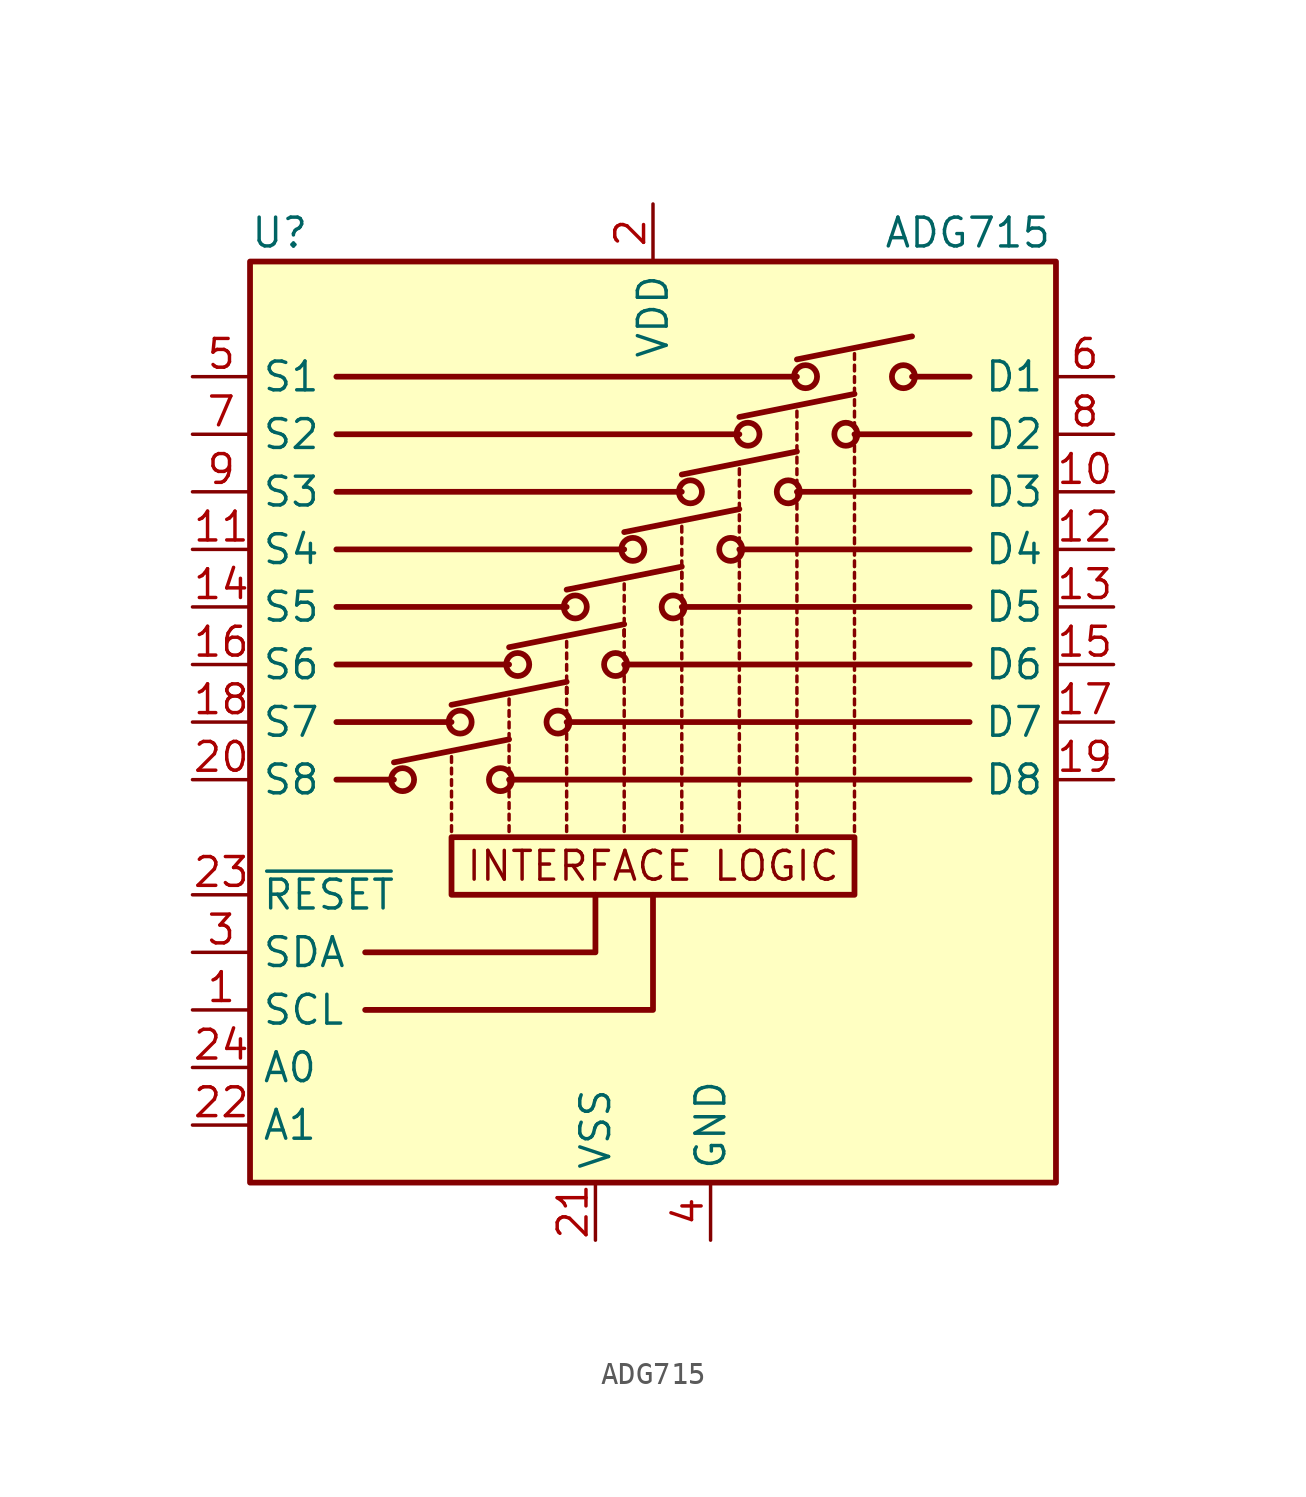
<source format=kicad_sym>
(kicad_symbol_lib
  (version 20201005)
  (generator kicad_symbol_editor)
  (symbol "ADG715"
    (property "Reference" "U"
      (at -17.78 24.13 0)
      (effects (font (size 1.27 1.27)) (justify left)))
    (property "Value" "ADG715"
      (at 10.16 24.13 0)
      (effects (font (size 1.27 1.27)) (justify left)))
    (symbol "ADG715_0_0"
      (text "INTERFACE LOGIC" (at 0 -3.81 0) (effects (font (size 1.27 1.27))))
      (polyline (pts (xy -12.7 -7.62) (xy -2.54 -7.62) (xy -2.54 -5.08)) (stroke (width 0.254)) (fill (type none)))
      (polyline (pts (xy -12.7 -10.16) (xy 0 -10.16) (xy 0 -7.62) (xy 0 -5.08)) (stroke (width 0.254)) (fill (type none))))
    (symbol "ADG715_0_1"
      (rectangle (start -8.89 -2.54) (end 8.89 -5.08) (stroke (width 0.254)) (fill (type none)))
      (rectangle (start -17.78 -17.78) (end 17.78 22.86) (stroke (width 0.254)) (fill (type background)))
      (polyline (pts (xy -11.43 0) (xy -13.97 0)) (stroke (width 0.254)) (fill (type none)))
      (polyline (pts (xy -8.89 2.54) (xy -13.97 2.54)) (stroke (width 0.254)) (fill (type none)))
      (polyline (pts (xy -6.35 0) (xy 13.97 0)) (stroke (width 0.254)) (fill (type none)))
      (polyline (pts (xy -6.35 5.08) (xy -13.97 5.08)) (stroke (width 0.254)) (fill (type none)))
      (polyline (pts (xy -3.81 2.54) (xy 13.97 2.54)) (stroke (width 0.254)) (fill (type none)))
      (polyline (pts (xy -3.81 7.62) (xy -13.97 7.62)) (stroke (width 0.254)) (fill (type none)))
      (polyline (pts (xy -1.27 5.08) (xy 13.97 5.08)) (stroke (width 0.254)) (fill (type none)))
      (polyline (pts (xy -1.27 10.16) (xy -13.97 10.16)) (stroke (width 0.254)) (fill (type none)))
      (polyline (pts (xy 1.27 7.62) (xy 13.97 7.62)) (stroke (width 0.254)) (fill (type none)))
      (polyline (pts (xy 1.27 12.7) (xy -13.97 12.7)) (stroke (width 0.254)) (fill (type none)))
      (polyline (pts (xy 3.81 10.16) (xy 13.97 10.16)) (stroke (width 0.254)) (fill (type none)))
      (polyline (pts (xy 3.81 15.24) (xy -13.97 15.24)) (stroke (width 0.254)) (fill (type none)))
      (polyline (pts (xy 6.35 12.7) (xy 13.97 12.7)) (stroke (width 0.254)) (fill (type none)))
      (polyline (pts (xy 6.35 17.78) (xy -13.97 17.78)) (stroke (width 0.254)) (fill (type none)))
      (polyline (pts (xy 8.89 15.24) (xy 13.97 15.24)) (stroke (width 0.254)) (fill (type none)))
      (polyline (pts (xy 11.43 17.78) (xy 13.97 17.78)) (stroke (width 0.254)) (fill (type none))))
    (symbol "ADG715_1_1"
      (circle (center -11.049 0) (radius 0.508) (stroke (width 0.254)) (fill (type none)))
      (circle (center -8.509 2.54) (radius 0.508) (stroke (width 0.254)) (fill (type none)))
      (circle (center -6.731 0) (radius 0.508) (stroke (width 0.254)) (fill (type none)))
      (circle (center -5.969 5.08) (radius 0.508) (stroke (width 0.254)) (fill (type none)))
      (circle (center -4.191 2.54) (radius 0.508) (stroke (width 0.254)) (fill (type none)))
      (circle (center -3.429 7.62) (radius 0.508) (stroke (width 0.254)) (fill (type none)))
      (circle (center -1.651 5.08) (radius 0.508) (stroke (width 0.254)) (fill (type none)))
      (circle (center -0.889 10.16) (radius 0.508) (stroke (width 0.254)) (fill (type none)))
      (circle (center 0.889 7.62) (radius 0.508) (stroke (width 0.254)) (fill (type none)))
      (circle (center 1.651 12.7) (radius 0.508) (stroke (width 0.254)) (fill (type none)))
      (circle (center 3.429 10.16) (radius 0.508) (stroke (width 0.254)) (fill (type none)))
      (circle (center 4.191 15.24) (radius 0.508) (stroke (width 0.254)) (fill (type none)))
      (circle (center 5.969 12.7) (radius 0.508) (stroke (width 0.254)) (fill (type none)))
      (circle (center 6.731 17.78) (radius 0.508) (stroke (width 0.254)) (fill (type none)))
      (circle (center 8.509 15.24) (radius 0.508) (stroke (width 0.254)) (fill (type none)))
      (circle (center 11.049 17.78) (radius 0.508) (stroke (width 0.254)) (fill (type none)))
      (polyline (pts (xy -11.43 0.762) (xy -6.35 1.778)) (stroke (width 0.254)) (fill (type none)))
      (polyline (pts (xy -8.89 -2.286) (xy -8.89 -2.032)) (stroke (width 0)) (fill (type none)))
      (polyline (pts (xy -8.89 -1.778) (xy -8.89 -1.524)) (stroke (width 0)) (fill (type none)))
      (polyline (pts (xy -8.89 -1.27) (xy -8.89 -1.016)) (stroke (width 0)) (fill (type none)))
      (polyline (pts (xy -8.89 -0.762) (xy -8.89 -0.508)) (stroke (width 0)) (fill (type none)))
      (polyline (pts (xy -8.89 -0.254) (xy -8.89 0)) (stroke (width 0)) (fill (type none)))
      (polyline (pts (xy -8.89 0.254) (xy -8.89 0.508)) (stroke (width 0)) (fill (type none)))
      (polyline (pts (xy -8.89 0.762) (xy -8.89 1.016)) (stroke (width 0)) (fill (type none)))
      (polyline (pts (xy -8.89 3.302) (xy -3.81 4.318)) (stroke (width 0.254)) (fill (type none)))
      (polyline (pts (xy -6.35 -2.286) (xy -6.35 -2.032)) (stroke (width 0)) (fill (type none)))
      (polyline (pts (xy -6.35 -1.778) (xy -6.35 -1.524)) (stroke (width 0)) (fill (type none)))
      (polyline (pts (xy -6.35 -1.27) (xy -6.35 -1.016)) (stroke (width 0)) (fill (type none)))
      (polyline (pts (xy -6.35 -0.762) (xy -6.35 -0.508)) (stroke (width 0)) (fill (type none)))
      (polyline (pts (xy -6.35 -0.254) (xy -6.35 0)) (stroke (width 0)) (fill (type none)))
      (polyline (pts (xy -6.35 0.254) (xy -6.35 0.508)) (stroke (width 0)) (fill (type none)))
      (polyline (pts (xy -6.35 0.762) (xy -6.35 1.016)) (stroke (width 0)) (fill (type none)))
      (polyline (pts (xy -6.35 1.27) (xy -6.35 1.524)) (stroke (width 0)) (fill (type none)))
      (polyline (pts (xy -6.35 1.778) (xy -6.35 2.032)) (stroke (width 0)) (fill (type none)))
      (polyline (pts (xy -6.35 2.286) (xy -6.35 2.54)) (stroke (width 0)) (fill (type none)))
      (polyline (pts (xy -6.35 2.794) (xy -6.35 3.048)) (stroke (width 0)) (fill (type none)))
      (polyline (pts (xy -6.35 3.302) (xy -6.35 3.556)) (stroke (width 0)) (fill (type none)))
      (polyline (pts (xy -6.35 5.842) (xy -1.27 6.858)) (stroke (width 0.254)) (fill (type none)))
      (polyline (pts (xy -3.81 -2.286) (xy -3.81 -2.032)) (stroke (width 0)) (fill (type none)))
      (polyline (pts (xy -3.81 -1.778) (xy -3.81 -1.524)) (stroke (width 0)) (fill (type none)))
      (polyline (pts (xy -3.81 -1.27) (xy -3.81 -1.016)) (stroke (width 0)) (fill (type none)))
      (polyline (pts (xy -3.81 -0.762) (xy -3.81 -0.508)) (stroke (width 0)) (fill (type none)))
      (polyline (pts (xy -3.81 -0.254) (xy -3.81 0)) (stroke (width 0)) (fill (type none)))
      (polyline (pts (xy -3.81 0.254) (xy -3.81 0.508)) (stroke (width 0)) (fill (type none)))
      (polyline (pts (xy -3.81 0.762) (xy -3.81 1.016)) (stroke (width 0)) (fill (type none)))
      (polyline (pts (xy -3.81 1.27) (xy -3.81 1.524)) (stroke (width 0)) (fill (type none)))
      (polyline (pts (xy -3.81 1.778) (xy -3.81 2.032)) (stroke (width 0)) (fill (type none)))
      (polyline (pts (xy -3.81 2.286) (xy -3.81 2.54)) (stroke (width 0)) (fill (type none)))
      (polyline (pts (xy -3.81 2.794) (xy -3.81 3.048)) (stroke (width 0)) (fill (type none)))
      (polyline (pts (xy -3.81 3.302) (xy -3.81 3.556)) (stroke (width 0)) (fill (type none)))
      (polyline (pts (xy -3.81 3.81) (xy -3.81 4.064)) (stroke (width 0)) (fill (type none)))
      (polyline (pts (xy -3.81 3.81) (xy -3.81 4.064)) (stroke (width 0)) (fill (type none)))
      (polyline (pts (xy -3.81 3.81) (xy -3.81 4.064)) (stroke (width 0)) (fill (type none)))
      (polyline (pts (xy -3.81 3.81) (xy -3.81 4.064)) (stroke (width 0)) (fill (type none)))
      (polyline (pts (xy -3.81 4.318) (xy -3.81 4.572)) (stroke (width 0)) (fill (type none)))
      (polyline (pts (xy -3.81 4.826) (xy -3.81 5.08)) (stroke (width 0)) (fill (type none)))
      (polyline (pts (xy -3.81 5.334) (xy -3.81 5.588)) (stroke (width 0)) (fill (type none)))
      (polyline (pts (xy -3.81 5.842) (xy -3.81 6.096)) (stroke (width 0)) (fill (type none)))
      (polyline (pts (xy -3.81 8.382) (xy 1.27 9.398)) (stroke (width 0.254)) (fill (type none)))
      (polyline (pts (xy -1.27 -2.286) (xy -1.27 -2.032)) (stroke (width 0)) (fill (type none)))
      (polyline (pts (xy -1.27 -1.778) (xy -1.27 -1.524)) (stroke (width 0)) (fill (type none)))
      (polyline (pts (xy -1.27 -1.27) (xy -1.27 -1.016)) (stroke (width 0)) (fill (type none)))
      (polyline (pts (xy -1.27 -0.762) (xy -1.27 -0.508)) (stroke (width 0)) (fill (type none)))
      (polyline (pts (xy -1.27 -0.254) (xy -1.27 0)) (stroke (width 0)) (fill (type none)))
      (polyline (pts (xy -1.27 0.254) (xy -1.27 0.508)) (stroke (width 0)) (fill (type none)))
      (polyline (pts (xy -1.27 0.762) (xy -1.27 1.016)) (stroke (width 0)) (fill (type none)))
      (polyline (pts (xy -1.27 1.27) (xy -1.27 1.524)) (stroke (width 0)) (fill (type none)))
      (polyline (pts (xy -1.27 1.778) (xy -1.27 2.032)) (stroke (width 0)) (fill (type none)))
      (polyline (pts (xy -1.27 2.286) (xy -1.27 2.54)) (stroke (width 0)) (fill (type none)))
      (polyline (pts (xy -1.27 2.794) (xy -1.27 3.048)) (stroke (width 0)) (fill (type none)))
      (polyline (pts (xy -1.27 3.302) (xy -1.27 3.556)) (stroke (width 0)) (fill (type none)))
      (polyline (pts (xy -1.27 3.81) (xy -1.27 4.064)) (stroke (width 0)) (fill (type none)))
      (polyline (pts (xy -1.27 4.318) (xy -1.27 4.572)) (stroke (width 0)) (fill (type none)))
      (polyline (pts (xy -1.27 4.826) (xy -1.27 5.08)) (stroke (width 0)) (fill (type none)))
      (polyline (pts (xy -1.27 5.334) (xy -1.27 5.588)) (stroke (width 0)) (fill (type none)))
      (polyline (pts (xy -1.27 5.842) (xy -1.27 6.096)) (stroke (width 0)) (fill (type none)))
      (polyline (pts (xy -1.27 6.35) (xy -1.27 6.604)) (stroke (width 0)) (fill (type none)))
      (polyline (pts (xy -1.27 6.35) (xy -1.27 6.604)) (stroke (width 0)) (fill (type none)))
      (polyline (pts (xy -1.27 6.35) (xy -1.27 6.604)) (stroke (width 0)) (fill (type none)))
      (polyline (pts (xy -1.27 6.858) (xy -1.27 7.112)) (stroke (width 0)) (fill (type none)))
      (polyline (pts (xy -1.27 7.366) (xy -1.27 7.62)) (stroke (width 0)) (fill (type none)))
      (polyline (pts (xy -1.27 7.874) (xy -1.27 8.128)) (stroke (width 0)) (fill (type none)))
      (polyline (pts (xy -1.27 8.382) (xy -1.27 8.636)) (stroke (width 0)) (fill (type none)))
      (polyline (pts (xy -1.27 10.922) (xy 3.81 11.938)) (stroke (width 0.254)) (fill (type none)))
      (polyline (pts (xy 1.27 -2.286) (xy 1.27 -2.032)) (stroke (width 0)) (fill (type none)))
      (polyline (pts (xy 1.27 -1.778) (xy 1.27 -1.524)) (stroke (width 0)) (fill (type none)))
      (polyline (pts (xy 1.27 -1.27) (xy 1.27 -1.016)) (stroke (width 0)) (fill (type none)))
      (polyline (pts (xy 1.27 -0.762) (xy 1.27 -0.508)) (stroke (width 0)) (fill (type none)))
      (polyline (pts (xy 1.27 -0.254) (xy 1.27 0)) (stroke (width 0)) (fill (type none)))
      (polyline (pts (xy 1.27 0.254) (xy 1.27 0.508)) (stroke (width 0)) (fill (type none)))
      (polyline (pts (xy 1.27 0.762) (xy 1.27 1.016)) (stroke (width 0)) (fill (type none)))
      (polyline (pts (xy 1.27 1.27) (xy 1.27 1.524)) (stroke (width 0)) (fill (type none)))
      (polyline (pts (xy 1.27 1.778) (xy 1.27 2.032)) (stroke (width 0)) (fill (type none)))
      (polyline (pts (xy 1.27 2.286) (xy 1.27 2.54)) (stroke (width 0)) (fill (type none)))
      (polyline (pts (xy 1.27 2.794) (xy 1.27 3.048)) (stroke (width 0)) (fill (type none)))
      (polyline (pts (xy 1.27 3.302) (xy 1.27 3.556)) (stroke (width 0)) (fill (type none)))
      (polyline (pts (xy 1.27 3.81) (xy 1.27 4.064)) (stroke (width 0)) (fill (type none)))
      (polyline (pts (xy 1.27 4.318) (xy 1.27 4.572)) (stroke (width 0)) (fill (type none)))
      (polyline (pts (xy 1.27 4.826) (xy 1.27 5.08)) (stroke (width 0)) (fill (type none)))
      (polyline (pts (xy 1.27 5.334) (xy 1.27 5.588)) (stroke (width 0)) (fill (type none)))
      (polyline (pts (xy 1.27 5.842) (xy 1.27 6.096)) (stroke (width 0)) (fill (type none)))
      (polyline (pts (xy 1.27 6.35) (xy 1.27 6.604)) (stroke (width 0)) (fill (type none)))
      (polyline (pts (xy 1.27 6.858) (xy 1.27 7.112)) (stroke (width 0)) (fill (type none)))
      (polyline (pts (xy 1.27 7.366) (xy 1.27 7.62)) (stroke (width 0)) (fill (type none)))
      (polyline (pts (xy 1.27 7.874) (xy 1.27 8.128)) (stroke (width 0)) (fill (type none)))
      (polyline (pts (xy 1.27 8.382) (xy 1.27 8.636)) (stroke (width 0)) (fill (type none)))
      (polyline (pts (xy 1.27 8.89) (xy 1.27 9.144)) (stroke (width 0)) (fill (type none)))
      (polyline (pts (xy 1.27 8.89) (xy 1.27 9.144)) (stroke (width 0)) (fill (type none)))
      (polyline (pts (xy 1.27 9.398) (xy 1.27 9.652)) (stroke (width 0)) (fill (type none)))
      (polyline (pts (xy 1.27 9.906) (xy 1.27 10.16)) (stroke (width 0)) (fill (type none)))
      (polyline (pts (xy 1.27 10.414) (xy 1.27 10.668)) (stroke (width 0)) (fill (type none)))
      (polyline (pts (xy 1.27 10.922) (xy 1.27 11.176)) (stroke (width 0)) (fill (type none)))
      (polyline (pts (xy 1.27 13.462) (xy 6.35 14.478)) (stroke (width 0.254)) (fill (type none)))
      (polyline (pts (xy 3.81 -2.286) (xy 3.81 -2.032)) (stroke (width 0)) (fill (type none)))
      (polyline (pts (xy 3.81 -1.778) (xy 3.81 -1.524)) (stroke (width 0)) (fill (type none)))
      (polyline (pts (xy 3.81 -1.27) (xy 3.81 -1.016)) (stroke (width 0)) (fill (type none)))
      (polyline (pts (xy 3.81 -0.762) (xy 3.81 -0.508)) (stroke (width 0)) (fill (type none)))
      (polyline (pts (xy 3.81 -0.254) (xy 3.81 0)) (stroke (width 0)) (fill (type none)))
      (polyline (pts (xy 3.81 0.254) (xy 3.81 0.508)) (stroke (width 0)) (fill (type none)))
      (polyline (pts (xy 3.81 0.762) (xy 3.81 1.016)) (stroke (width 0)) (fill (type none)))
      (polyline (pts (xy 3.81 1.27) (xy 3.81 1.524)) (stroke (width 0)) (fill (type none)))
      (polyline (pts (xy 3.81 1.778) (xy 3.81 2.032)) (stroke (width 0)) (fill (type none)))
      (polyline (pts (xy 3.81 2.286) (xy 3.81 2.54)) (stroke (width 0)) (fill (type none)))
      (polyline (pts (xy 3.81 2.794) (xy 3.81 3.048)) (stroke (width 0)) (fill (type none)))
      (polyline (pts (xy 3.81 3.302) (xy 3.81 3.556)) (stroke (width 0)) (fill (type none)))
      (polyline (pts (xy 3.81 3.81) (xy 3.81 4.064)) (stroke (width 0)) (fill (type none)))
      (polyline (pts (xy 3.81 4.318) (xy 3.81 4.572)) (stroke (width 0)) (fill (type none)))
      (polyline (pts (xy 3.81 4.826) (xy 3.81 5.08)) (stroke (width 0)) (fill (type none)))
      (polyline (pts (xy 3.81 5.334) (xy 3.81 5.588)) (stroke (width 0)) (fill (type none)))
      (polyline (pts (xy 3.81 5.842) (xy 3.81 6.096)) (stroke (width 0)) (fill (type none)))
      (polyline (pts (xy 3.81 6.35) (xy 3.81 6.604)) (stroke (width 0)) (fill (type none)))
      (polyline (pts (xy 3.81 6.858) (xy 3.81 7.112)) (stroke (width 0)) (fill (type none)))
      (polyline (pts (xy 3.81 7.366) (xy 3.81 7.62)) (stroke (width 0)) (fill (type none)))
      (polyline (pts (xy 3.81 7.874) (xy 3.81 8.128)) (stroke (width 0)) (fill (type none)))
      (polyline (pts (xy 3.81 8.382) (xy 3.81 8.636)) (stroke (width 0)) (fill (type none)))
      (polyline (pts (xy 3.81 8.89) (xy 3.81 9.144)) (stroke (width 0)) (fill (type none)))
      (polyline (pts (xy 3.81 9.398) (xy 3.81 9.652)) (stroke (width 0)) (fill (type none)))
      (polyline (pts (xy 3.81 9.906) (xy 3.81 10.16)) (stroke (width 0)) (fill (type none)))
      (polyline (pts (xy 3.81 10.414) (xy 3.81 10.668)) (stroke (width 0)) (fill (type none)))
      (polyline (pts (xy 3.81 10.922) (xy 3.81 11.176)) (stroke (width 0)) (fill (type none)))
      (polyline (pts (xy 3.81 11.43) (xy 3.81 11.684)) (stroke (width 0)) (fill (type none)))
      (polyline (pts (xy 3.81 11.938) (xy 3.81 12.192)) (stroke (width 0)) (fill (type none)))
      (polyline (pts (xy 3.81 12.446) (xy 3.81 12.7)) (stroke (width 0)) (fill (type none)))
      (polyline (pts (xy 3.81 12.954) (xy 3.81 13.208)) (stroke (width 0)) (fill (type none)))
      (polyline (pts (xy 3.81 13.462) (xy 3.81 13.716)) (stroke (width 0)) (fill (type none)))
      (polyline (pts (xy 3.81 16.002) (xy 8.89 17.018)) (stroke (width 0.254)) (fill (type none)))
      (polyline (pts (xy 6.35 -2.286) (xy 6.35 -2.032)) (stroke (width 0)) (fill (type none)))
      (polyline (pts (xy 6.35 -1.778) (xy 6.35 -1.524)) (stroke (width 0)) (fill (type none)))
      (polyline (pts (xy 6.35 -1.27) (xy 6.35 -1.016)) (stroke (width 0)) (fill (type none)))
      (polyline (pts (xy 6.35 -0.762) (xy 6.35 -0.508)) (stroke (width 0)) (fill (type none)))
      (polyline (pts (xy 6.35 -0.254) (xy 6.35 0)) (stroke (width 0)) (fill (type none)))
      (polyline (pts (xy 6.35 0.254) (xy 6.35 0.508)) (stroke (width 0)) (fill (type none)))
      (polyline (pts (xy 6.35 0.762) (xy 6.35 1.016)) (stroke (width 0)) (fill (type none)))
      (polyline (pts (xy 6.35 1.27) (xy 6.35 1.524)) (stroke (width 0)) (fill (type none)))
      (polyline (pts (xy 6.35 1.778) (xy 6.35 2.032)) (stroke (width 0)) (fill (type none)))
      (polyline (pts (xy 6.35 2.286) (xy 6.35 2.54)) (stroke (width 0)) (fill (type none)))
      (polyline (pts (xy 6.35 2.794) (xy 6.35 3.048)) (stroke (width 0)) (fill (type none)))
      (polyline (pts (xy 6.35 3.302) (xy 6.35 3.556)) (stroke (width 0)) (fill (type none)))
      (polyline (pts (xy 6.35 3.81) (xy 6.35 4.064)) (stroke (width 0)) (fill (type none)))
      (polyline (pts (xy 6.35 4.318) (xy 6.35 4.572)) (stroke (width 0)) (fill (type none)))
      (polyline (pts (xy 6.35 4.826) (xy 6.35 5.08)) (stroke (width 0)) (fill (type none)))
      (polyline (pts (xy 6.35 5.334) (xy 6.35 5.588)) (stroke (width 0)) (fill (type none)))
      (polyline (pts (xy 6.35 5.842) (xy 6.35 6.096)) (stroke (width 0)) (fill (type none)))
      (polyline (pts (xy 6.35 6.35) (xy 6.35 6.604)) (stroke (width 0)) (fill (type none)))
      (polyline (pts (xy 6.35 6.858) (xy 6.35 7.112)) (stroke (width 0)) (fill (type none)))
      (polyline (pts (xy 6.35 7.366) (xy 6.35 7.62)) (stroke (width 0)) (fill (type none)))
      (polyline (pts (xy 6.35 7.874) (xy 6.35 8.128)) (stroke (width 0)) (fill (type none)))
      (polyline (pts (xy 6.35 8.382) (xy 6.35 8.636)) (stroke (width 0)) (fill (type none)))
      (polyline (pts (xy 6.35 8.89) (xy 6.35 9.144)) (stroke (width 0)) (fill (type none)))
      (polyline (pts (xy 6.35 9.398) (xy 6.35 9.652)) (stroke (width 0)) (fill (type none)))
      (polyline (pts (xy 6.35 9.906) (xy 6.35 10.16)) (stroke (width 0)) (fill (type none)))
      (polyline (pts (xy 6.35 10.414) (xy 6.35 10.668)) (stroke (width 0)) (fill (type none)))
      (polyline (pts (xy 6.35 10.922) (xy 6.35 11.176)) (stroke (width 0)) (fill (type none)))
      (polyline (pts (xy 6.35 11.43) (xy 6.35 11.684)) (stroke (width 0)) (fill (type none)))
      (polyline (pts (xy 6.35 11.938) (xy 6.35 12.192)) (stroke (width 0)) (fill (type none)))
      (polyline (pts (xy 6.35 12.446) (xy 6.35 12.7)) (stroke (width 0)) (fill (type none)))
      (polyline (pts (xy 6.35 12.954) (xy 6.35 13.208)) (stroke (width 0)) (fill (type none)))
      (polyline (pts (xy 6.35 13.462) (xy 6.35 13.716)) (stroke (width 0)) (fill (type none)))
      (polyline (pts (xy 6.35 13.97) (xy 6.35 14.224)) (stroke (width 0)) (fill (type none)))
      (polyline (pts (xy 6.35 14.478) (xy 6.35 14.732)) (stroke (width 0)) (fill (type none)))
      (polyline (pts (xy 6.35 14.986) (xy 6.35 15.24)) (stroke (width 0)) (fill (type none)))
      (polyline (pts (xy 6.35 15.494) (xy 6.35 15.748)) (stroke (width 0)) (fill (type none)))
      (polyline (pts (xy 6.35 16.002) (xy 6.35 16.256)) (stroke (width 0)) (fill (type none)))
      (polyline (pts (xy 6.35 18.542) (xy 11.43 19.558)) (stroke (width 0.254)) (fill (type none)))
      (polyline (pts (xy 8.89 -2.286) (xy 8.89 -2.032)) (stroke (width 0)) (fill (type none)))
      (polyline (pts (xy 8.89 -1.778) (xy 8.89 -1.524)) (stroke (width 0)) (fill (type none)))
      (polyline (pts (xy 8.89 -1.27) (xy 8.89 -1.016)) (stroke (width 0)) (fill (type none)))
      (polyline (pts (xy 8.89 -0.762) (xy 8.89 -0.508)) (stroke (width 0)) (fill (type none)))
      (polyline (pts (xy 8.89 -0.254) (xy 8.89 0)) (stroke (width 0)) (fill (type none)))
      (polyline (pts (xy 8.89 0.254) (xy 8.89 0.508)) (stroke (width 0)) (fill (type none)))
      (polyline (pts (xy 8.89 0.762) (xy 8.89 1.016)) (stroke (width 0)) (fill (type none)))
      (polyline (pts (xy 8.89 1.27) (xy 8.89 1.524)) (stroke (width 0)) (fill (type none)))
      (polyline (pts (xy 8.89 1.778) (xy 8.89 2.032)) (stroke (width 0)) (fill (type none)))
      (polyline (pts (xy 8.89 2.286) (xy 8.89 2.54)) (stroke (width 0)) (fill (type none)))
      (polyline (pts (xy 8.89 2.794) (xy 8.89 3.048)) (stroke (width 0)) (fill (type none)))
      (polyline (pts (xy 8.89 3.302) (xy 8.89 3.556)) (stroke (width 0)) (fill (type none)))
      (polyline (pts (xy 8.89 3.81) (xy 8.89 4.064)) (stroke (width 0)) (fill (type none)))
      (polyline (pts (xy 8.89 4.318) (xy 8.89 4.572)) (stroke (width 0)) (fill (type none)))
      (polyline (pts (xy 8.89 4.826) (xy 8.89 5.08)) (stroke (width 0)) (fill (type none)))
      (polyline (pts (xy 8.89 5.334) (xy 8.89 5.588)) (stroke (width 0)) (fill (type none)))
      (polyline (pts (xy 8.89 5.842) (xy 8.89 6.096)) (stroke (width 0)) (fill (type none)))
      (polyline (pts (xy 8.89 6.35) (xy 8.89 6.604)) (stroke (width 0)) (fill (type none)))
      (polyline (pts (xy 8.89 6.858) (xy 8.89 7.112)) (stroke (width 0)) (fill (type none)))
      (polyline (pts (xy 8.89 7.366) (xy 8.89 7.62)) (stroke (width 0)) (fill (type none)))
      (polyline (pts (xy 8.89 7.874) (xy 8.89 8.128)) (stroke (width 0)) (fill (type none)))
      (polyline (pts (xy 8.89 8.382) (xy 8.89 8.636)) (stroke (width 0)) (fill (type none)))
      (polyline (pts (xy 8.89 8.89) (xy 8.89 9.144)) (stroke (width 0)) (fill (type none)))
      (polyline (pts (xy 8.89 9.398) (xy 8.89 9.652)) (stroke (width 0)) (fill (type none)))
      (polyline (pts (xy 8.89 9.906) (xy 8.89 10.16)) (stroke (width 0)) (fill (type none)))
      (polyline (pts (xy 8.89 10.414) (xy 8.89 10.668)) (stroke (width 0)) (fill (type none)))
      (polyline (pts (xy 8.89 10.922) (xy 8.89 11.176)) (stroke (width 0)) (fill (type none)))
      (polyline (pts (xy 8.89 11.43) (xy 8.89 11.684)) (stroke (width 0)) (fill (type none)))
      (polyline (pts (xy 8.89 11.938) (xy 8.89 12.192)) (stroke (width 0)) (fill (type none)))
      (polyline (pts (xy 8.89 12.446) (xy 8.89 12.7)) (stroke (width 0)) (fill (type none)))
      (polyline (pts (xy 8.89 12.954) (xy 8.89 13.208)) (stroke (width 0)) (fill (type none)))
      (polyline (pts (xy 8.89 13.462) (xy 8.89 13.716)) (stroke (width 0)) (fill (type none)))
      (polyline (pts (xy 8.89 13.97) (xy 8.89 14.224)) (stroke (width 0)) (fill (type none)))
      (polyline (pts (xy 8.89 14.478) (xy 8.89 14.732)) (stroke (width 0)) (fill (type none)))
      (polyline (pts (xy 8.89 14.986) (xy 8.89 15.24)) (stroke (width 0)) (fill (type none)))
      (polyline (pts (xy 8.89 15.494) (xy 8.89 15.748)) (stroke (width 0)) (fill (type none)))
      (polyline (pts (xy 8.89 16.002) (xy 8.89 16.256)) (stroke (width 0)) (fill (type none)))
      (polyline (pts (xy 8.89 16.51) (xy 8.89 16.764)) (stroke (width 0)) (fill (type none)))
      (polyline (pts (xy 8.89 17.018) (xy 8.89 17.272)) (stroke (width 0)) (fill (type none)))
      (polyline (pts (xy 8.89 17.526) (xy 8.89 17.78)) (stroke (width 0)) (fill (type none)))
      (polyline (pts (xy 8.89 18.034) (xy 8.89 18.288)) (stroke (width 0)) (fill (type none)))
      (polyline (pts (xy 8.89 18.542) (xy 8.89 18.796)) (stroke (width 0)) (fill (type none)))
      (pin input line (at -20.32 -10.16 0) (length 2.54) (name "SCL" (effects (font (size 1.27 1.27)))) (number "1" (effects (font (size 1.27 1.27)))))
      (pin passive line (at 20.32 12.7 180) (length 2.54) (name "D3" (effects (font (size 1.27 1.27)))) (number "10" (effects (font (size 1.27 1.27)))))
      (pin passive line (at -20.32 10.16 0) (length 2.54) (name "S4" (effects (font (size 1.27 1.27)))) (number "11" (effects (font (size 1.27 1.27)))))
      (pin passive line (at 20.32 10.16 180) (length 2.54) (name "D4" (effects (font (size 1.27 1.27)))) (number "12" (effects (font (size 1.27 1.27)))))
      (pin passive line (at 20.32 7.62 180) (length 2.54) (name "D5" (effects (font (size 1.27 1.27)))) (number "13" (effects (font (size 1.27 1.27)))))
      (pin passive line (at -20.32 7.62 0) (length 2.54) (name "S5" (effects (font (size 1.27 1.27)))) (number "14" (effects (font (size 1.27 1.27)))))
      (pin passive line (at 20.32 5.08 180) (length 2.54) (name "D6" (effects (font (size 1.27 1.27)))) (number "15" (effects (font (size 1.27 1.27)))))
      (pin passive line (at -20.32 5.08 0) (length 2.54) (name "S6" (effects (font (size 1.27 1.27)))) (number "16" (effects (font (size 1.27 1.27)))))
      (pin passive line (at 20.32 2.54 180) (length 2.54) (name "D7" (effects (font (size 1.27 1.27)))) (number "17" (effects (font (size 1.27 1.27)))))
      (pin passive line (at -20.32 2.54 0) (length 2.54) (name "S7" (effects (font (size 1.27 1.27)))) (number "18" (effects (font (size 1.27 1.27)))))
      (pin passive line (at 20.32 0 180) (length 2.54) (name "D8" (effects (font (size 1.27 1.27)))) (number "19" (effects (font (size 1.27 1.27)))))
      (pin power_in line (at 0 25.4 270) (length 2.54) (name "VDD" (effects (font (size 1.27 1.27)))) (number "2" (effects (font (size 1.27 1.27)))))
      (pin passive line (at -20.32 0 0) (length 2.54) (name "S8" (effects (font (size 1.27 1.27)))) (number "20" (effects (font (size 1.27 1.27)))))
      (pin power_in line (at -2.54 -20.32 90) (length 2.54) (name "VSS" (effects (font (size 1.27 1.27)))) (number "21" (effects (font (size 1.27 1.27)))))
      (pin input line (at -20.32 -15.24 0) (length 2.54) (name "A1" (effects (font (size 1.27 1.27)))) (number "22" (effects (font (size 1.27 1.27)))))
      (pin input line (at -20.32 -5.08 0) (length 2.54) (name "~RESET" (effects (font (size 1.27 1.27)))) (number "23" (effects (font (size 1.27 1.27)))))
      (pin input line (at -20.32 -12.7 0) (length 2.54) (name "A0" (effects (font (size 1.27 1.27)))) (number "24" (effects (font (size 1.27 1.27)))))
      (pin bidirectional line (at -20.32 -7.62 0) (length 2.54) (name "SDA" (effects (font (size 1.27 1.27)))) (number "3" (effects (font (size 1.27 1.27)))))
      (pin power_in line (at 2.54 -20.32 90) (length 2.54) (name "GND" (effects (font (size 1.27 1.27)))) (number "4" (effects (font (size 1.27 1.27)))))
      (pin passive line (at -20.32 17.78 0) (length 2.54) (name "S1" (effects (font (size 1.27 1.27)))) (number "5" (effects (font (size 1.27 1.27)))))
      (pin passive line (at 20.32 17.78 180) (length 2.54) (name "D1" (effects (font (size 1.27 1.27)))) (number "6" (effects (font (size 1.27 1.27)))))
      (pin passive line (at -20.32 15.24 0) (length 2.54) (name "S2" (effects (font (size 1.27 1.27)))) (number "7" (effects (font (size 1.27 1.27)))))
      (pin passive line (at 20.32 15.24 180) (length 2.54) (name "D2" (effects (font (size 1.27 1.27)))) (number "8" (effects (font (size 1.27 1.27)))))
      (pin passive line (at -20.32 12.7 0) (length 2.54) (name "S3" (effects (font (size 1.27 1.27)))) (number "9" (effects (font (size 1.27 1.27))))))))
</source>
